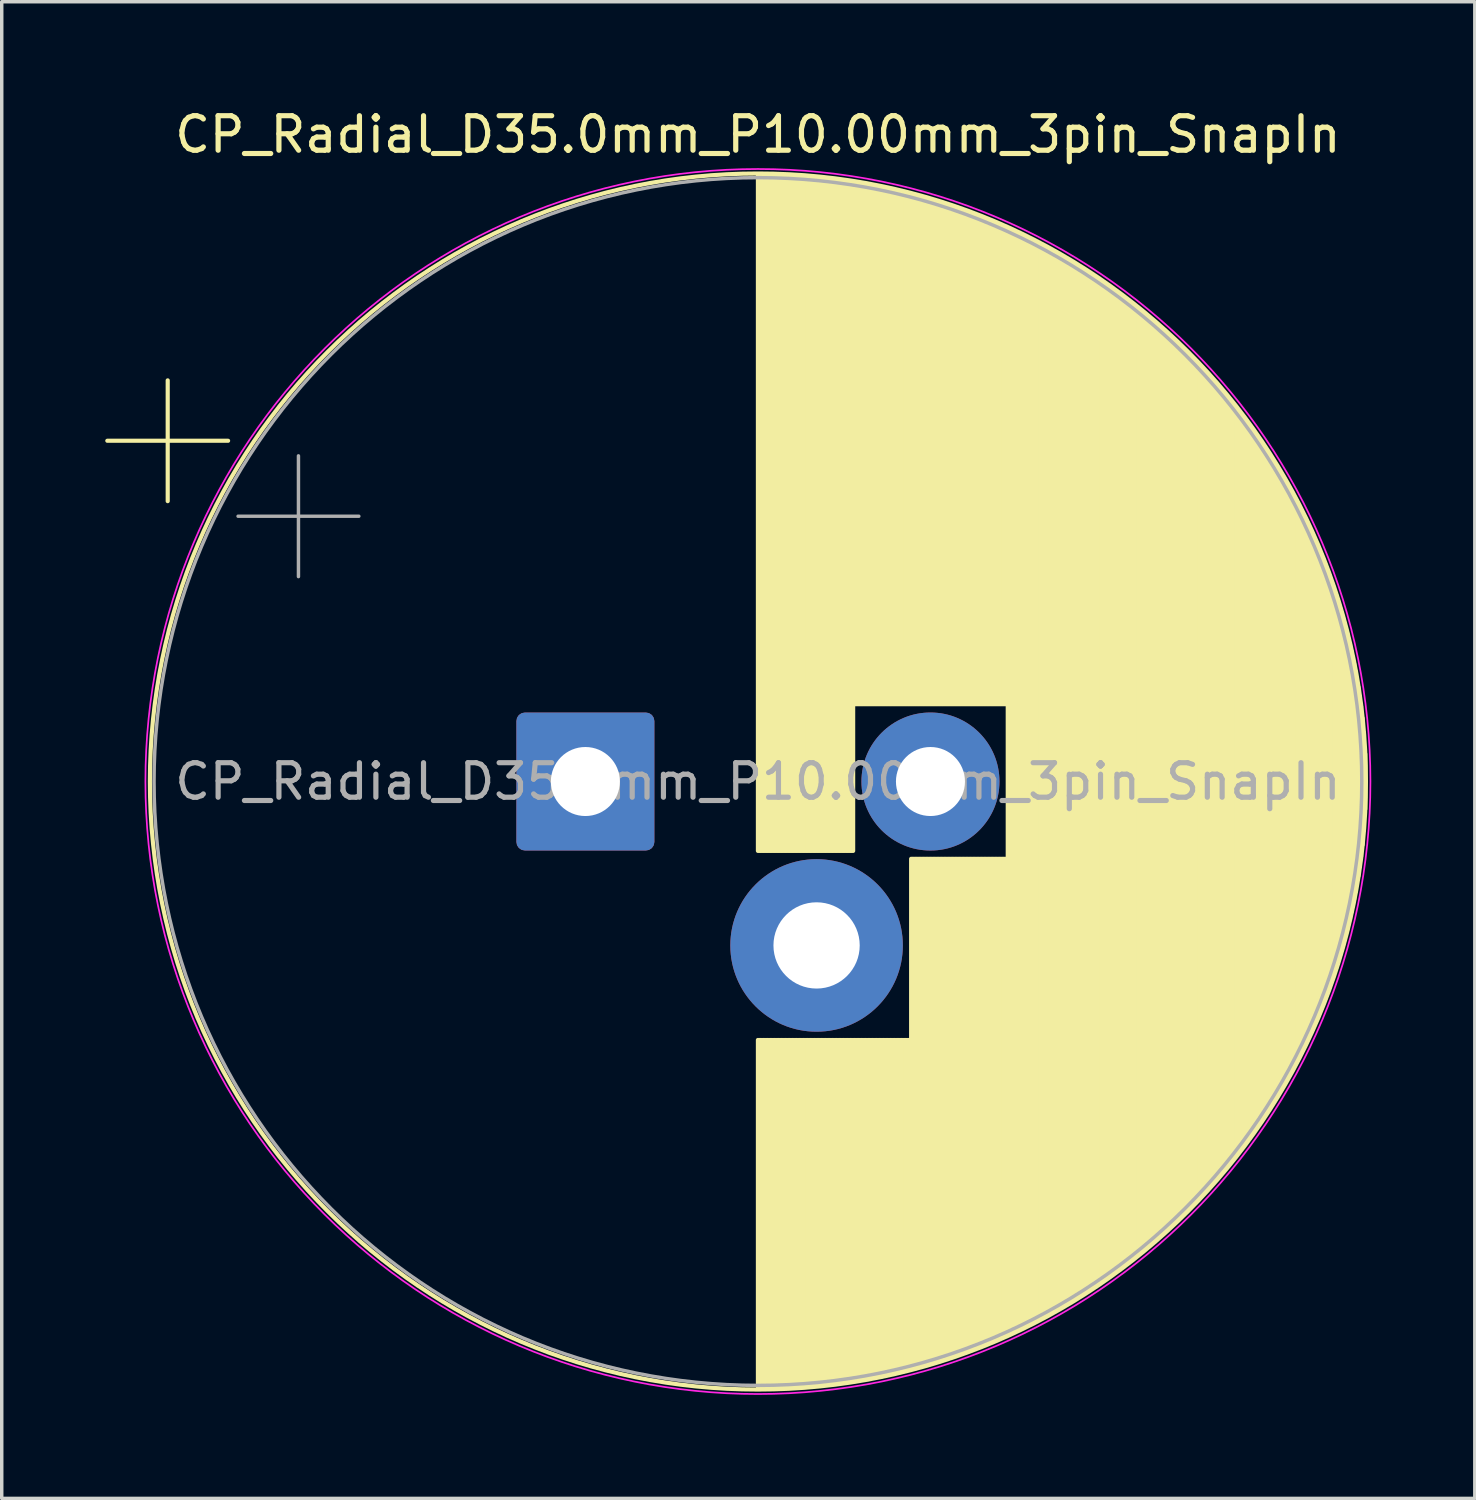
<source format=kicad_pcb>
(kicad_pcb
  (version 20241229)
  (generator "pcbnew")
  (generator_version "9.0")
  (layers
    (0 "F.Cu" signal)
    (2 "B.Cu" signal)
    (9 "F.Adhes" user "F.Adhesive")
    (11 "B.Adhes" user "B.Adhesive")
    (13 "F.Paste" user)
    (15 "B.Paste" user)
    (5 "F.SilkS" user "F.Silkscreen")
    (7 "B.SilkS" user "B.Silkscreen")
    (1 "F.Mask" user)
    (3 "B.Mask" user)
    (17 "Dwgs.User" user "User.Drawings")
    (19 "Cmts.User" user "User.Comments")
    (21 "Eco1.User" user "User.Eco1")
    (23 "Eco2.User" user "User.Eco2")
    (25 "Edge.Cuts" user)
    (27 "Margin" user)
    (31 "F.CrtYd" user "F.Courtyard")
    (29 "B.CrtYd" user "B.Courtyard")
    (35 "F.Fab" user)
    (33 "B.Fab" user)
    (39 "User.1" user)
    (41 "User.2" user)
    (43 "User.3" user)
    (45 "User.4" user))
  (footprint "CP_Radial_D35.0mm_P10.00mm_3pin_SnapIn"
    (layer "F.Cu")
    (at 13.914 19.598)
    (property "Reference" "CP_Radial_D35.0mm_P10.00mm_3pin_SnapIn" (at 5 -18.75 0) (layer "F.SilkS") (effects (font (size 1 1) (thickness 0.15))))
    (attr through_hole)
    (fp_line (start -13.854 -9.875) (end -10.354 -9.875) (stroke (width 0.12) (type solid)) (layer "F.SilkS"))
    (fp_line (start -12.104 -11.625) (end -12.104 -8.125) (stroke (width 0.12) (type solid)) (layer "F.SilkS"))
    (fp_line (start 5 -17.58) (end 5 2.01) (stroke (width 0.12) (type solid)) (layer "F.SilkS"))
    (fp_line (start 5 7.49) (end 5 17.58) (stroke (width 0.12) (type solid)) (layer "F.SilkS"))
    (fp_line (start 5.04 -17.58) (end 5.04 2.01) (stroke (width 0.12) (type solid)) (layer "F.SilkS"))
    (fp_line (start 5.04 7.49) (end 5.04 17.58) (stroke (width 0.12) (type solid)) (layer "F.SilkS"))
    (fp_line (start 5.08 -17.58) (end 5.08 2.01) (stroke (width 0.12) (type solid)) (layer "F.SilkS"))
    (fp_line (start 5.08 7.49) (end 5.08 17.58) (stroke (width 0.12) (type solid)) (layer "F.SilkS"))
    (fp_line (start 5.12 -17.58) (end 5.12 2.01) (stroke (width 0.12) (type solid)) (layer "F.SilkS"))
    (fp_line (start 5.12 7.49) (end 5.12 17.58) (stroke (width 0.12) (type solid)) (layer "F.SilkS"))
    (fp_line (start 5.16 -17.579) (end 5.16 2.01) (stroke (width 0.12) (type solid)) (layer "F.SilkS"))
    (fp_line (start 5.16 7.49) (end 5.16 17.579) (stroke (width 0.12) (type solid)) (layer "F.SilkS"))
    (fp_line (start 5.2 -17.579) (end 5.2 2.01) (stroke (width 0.12) (type solid)) (layer "F.SilkS"))
    (fp_line (start 5.2 7.49) (end 5.2 17.579) (stroke (width 0.12) (type solid)) (layer "F.SilkS"))
    (fp_line (start 5.24 -17.578) (end 5.24 2.01) (stroke (width 0.12) (type solid)) (layer "F.SilkS"))
    (fp_line (start 5.24 7.49) (end 5.24 17.578) (stroke (width 0.12) (type solid)) (layer "F.SilkS"))
    (fp_line (start 5.28 -17.578) (end 5.28 2.01) (stroke (width 0.12) (type solid)) (layer "F.SilkS"))
    (fp_line (start 5.28 7.49) (end 5.28 17.578) (stroke (width 0.12) (type solid)) (layer "F.SilkS"))
    (fp_line (start 5.32 -17.577) (end 5.32 2.01) (stroke (width 0.12) (type solid)) (layer "F.SilkS"))
    (fp_line (start 5.32 7.49) (end 5.32 17.577) (stroke (width 0.12) (type solid)) (layer "F.SilkS"))
    (fp_line (start 5.36 -17.576) (end 5.36 2.01) (stroke (width 0.12) (type solid)) (layer "F.SilkS"))
    (fp_line (start 5.36 7.49) (end 5.36 17.576) (stroke (width 0.12) (type solid)) (layer "F.SilkS"))
    (fp_line (start 5.4 -17.575) (end 5.4 2.01) (stroke (width 0.12) (type solid)) (layer "F.SilkS"))
    (fp_line (start 5.4 7.49) (end 5.4 17.575) (stroke (width 0.12) (type solid)) (layer "F.SilkS"))
    (fp_line (start 5.44 -17.575) (end 5.44 2.01) (stroke (width 0.12) (type solid)) (layer "F.SilkS"))
    (fp_line (start 5.44 7.49) (end 5.44 17.575) (stroke (width 0.12) (type solid)) (layer "F.SilkS"))
    (fp_line (start 5.48 -17.573) (end 5.48 2.01) (stroke (width 0.12) (type solid)) (layer "F.SilkS"))
    (fp_line (start 5.48 7.49) (end 5.48 17.573) (stroke (width 0.12) (type solid)) (layer "F.SilkS"))
    (fp_line (start 5.52 -17.572) (end 5.52 2.01) (stroke (width 0.12) (type solid)) (layer "F.SilkS"))
    (fp_line (start 5.52 7.49) (end 5.52 17.572) (stroke (width 0.12) (type solid)) (layer "F.SilkS"))
    (fp_line (start 5.56 -17.571) (end 5.56 2.01) (stroke (width 0.12) (type solid)) (layer "F.SilkS"))
    (fp_line (start 5.56 7.49) (end 5.56 17.571) (stroke (width 0.12) (type solid)) (layer "F.SilkS"))
    (fp_line (start 5.6 -17.57) (end 5.6 2.01) (stroke (width 0.12) (type solid)) (layer "F.SilkS"))
    (fp_line (start 5.6 7.49) (end 5.6 17.57) (stroke (width 0.12) (type solid)) (layer "F.SilkS"))
    (fp_line (start 5.64 -17.568) (end 5.64 2.01) (stroke (width 0.12) (type solid)) (layer "F.SilkS"))
    (fp_line (start 5.64 7.49) (end 5.64 17.568) (stroke (width 0.12) (type solid)) (layer "F.SilkS"))
    (fp_line (start 5.68 -17.567) (end 5.68 2.01) (stroke (width 0.12) (type solid)) (layer "F.SilkS"))
    (fp_line (start 5.68 7.49) (end 5.68 17.567) (stroke (width 0.12) (type solid)) (layer "F.SilkS"))
    (fp_line (start 5.72 -17.565) (end 5.72 2.01) (stroke (width 0.12) (type solid)) (layer "F.SilkS"))
    (fp_line (start 5.72 7.49) (end 5.72 17.565) (stroke (width 0.12) (type solid)) (layer "F.SilkS"))
    (fp_line (start 5.76 -17.564) (end 5.76 2.01) (stroke (width 0.12) (type solid)) (layer "F.SilkS"))
    (fp_line (start 5.76 7.49) (end 5.76 17.564) (stroke (width 0.12) (type solid)) (layer "F.SilkS"))
    (fp_line (start 5.8 -17.562) (end 5.8 2.01) (stroke (width 0.12) (type solid)) (layer "F.SilkS"))
    (fp_line (start 5.8 7.49) (end 5.8 17.562) (stroke (width 0.12) (type solid)) (layer "F.SilkS"))
    (fp_line (start 5.84 -17.56) (end 5.84 2.01) (stroke (width 0.12) (type solid)) (layer "F.SilkS"))
    (fp_line (start 5.84 7.49) (end 5.84 17.56) (stroke (width 0.12) (type solid)) (layer "F.SilkS"))
    (fp_line (start 5.88 -17.558) (end 5.88 2.01) (stroke (width 0.12) (type solid)) (layer "F.SilkS"))
    (fp_line (start 5.88 7.49) (end 5.88 17.558) (stroke (width 0.12) (type solid)) (layer "F.SilkS"))
    (fp_line (start 5.92 -17.556) (end 5.92 2.01) (stroke (width 0.12) (type solid)) (layer "F.SilkS"))
    (fp_line (start 5.92 7.49) (end 5.92 17.556) (stroke (width 0.12) (type solid)) (layer "F.SilkS"))
    (fp_line (start 5.96 -17.554) (end 5.96 2.01) (stroke (width 0.12) (type solid)) (layer "F.SilkS"))
    (fp_line (start 5.96 7.49) (end 5.96 17.554) (stroke (width 0.12) (type solid)) (layer "F.SilkS"))
    (fp_line (start 6 -17.552) (end 6 2.01) (stroke (width 0.12) (type solid)) (layer "F.SilkS"))
    (fp_line (start 6 7.49) (end 6 17.552) (stroke (width 0.12) (type solid)) (layer "F.SilkS"))
    (fp_line (start 6.04 -17.549) (end 6.04 2.01) (stroke (width 0.12) (type solid)) (layer "F.SilkS"))
    (fp_line (start 6.04 7.49) (end 6.04 17.549) (stroke (width 0.12) (type solid)) (layer "F.SilkS"))
    (fp_line (start 6.08 -17.547) (end 6.08 2.01) (stroke (width 0.12) (type solid)) (layer "F.SilkS"))
    (fp_line (start 6.08 7.49) (end 6.08 17.547) (stroke (width 0.12) (type solid)) (layer "F.SilkS"))
    (fp_line (start 6.12 -17.544) (end 6.12 2.01) (stroke (width 0.12) (type solid)) (layer "F.SilkS"))
    (fp_line (start 6.12 7.49) (end 6.12 17.544) (stroke (width 0.12) (type solid)) (layer "F.SilkS"))
    (fp_line (start 6.16 -17.542) (end 6.16 2.01) (stroke (width 0.12) (type solid)) (layer "F.SilkS"))
    (fp_line (start 6.16 7.49) (end 6.16 17.542) (stroke (width 0.12) (type solid)) (layer "F.SilkS"))
    (fp_line (start 6.2 -17.539) (end 6.2 2.01) (stroke (width 0.12) (type solid)) (layer "F.SilkS"))
    (fp_line (start 6.2 7.49) (end 6.2 17.539) (stroke (width 0.12) (type solid)) (layer "F.SilkS"))
    (fp_line (start 6.24 -17.536) (end 6.24 2.01) (stroke (width 0.12) (type solid)) (layer "F.SilkS"))
    (fp_line (start 6.24 7.49) (end 6.24 17.536) (stroke (width 0.12) (type solid)) (layer "F.SilkS"))
    (fp_line (start 6.28 -17.533) (end 6.28 2.01) (stroke (width 0.12) (type solid)) (layer "F.SilkS"))
    (fp_line (start 6.28 7.49) (end 6.28 17.533) (stroke (width 0.12) (type solid)) (layer "F.SilkS"))
    (fp_line (start 6.32 -17.53) (end 6.32 2.01) (stroke (width 0.12) (type solid)) (layer "F.SilkS"))
    (fp_line (start 6.32 7.49) (end 6.32 17.53) (stroke (width 0.12) (type solid)) (layer "F.SilkS"))
    (fp_line (start 6.36 -17.527) (end 6.36 2.01) (stroke (width 0.12) (type solid)) (layer "F.SilkS"))
    (fp_line (start 6.36 7.49) (end 6.36 17.527) (stroke (width 0.12) (type solid)) (layer "F.SilkS"))
    (fp_line (start 6.4 -17.524) (end 6.4 2.01) (stroke (width 0.12) (type solid)) (layer "F.SilkS"))
    (fp_line (start 6.4 7.49) (end 6.4 17.524) (stroke (width 0.12) (type solid)) (layer "F.SilkS"))
    (fp_line (start 6.44 -17.521) (end 6.44 2.01) (stroke (width 0.12) (type solid)) (layer "F.SilkS"))
    (fp_line (start 6.44 7.49) (end 6.44 17.521) (stroke (width 0.12) (type solid)) (layer "F.SilkS"))
    (fp_line (start 6.48 -17.518) (end 6.48 2.01) (stroke (width 0.12) (type solid)) (layer "F.SilkS"))
    (fp_line (start 6.48 7.49) (end 6.48 17.518) (stroke (width 0.12) (type solid)) (layer "F.SilkS"))
    (fp_line (start 6.52 -17.514) (end 6.52 2.01) (stroke (width 0.12) (type solid)) (layer "F.SilkS"))
    (fp_line (start 6.52 7.49) (end 6.52 17.514) (stroke (width 0.12) (type solid)) (layer "F.SilkS"))
    (fp_line (start 6.56 -17.511) (end 6.56 2.01) (stroke (width 0.12) (type solid)) (layer "F.SilkS"))
    (fp_line (start 6.56 7.49) (end 6.56 17.511) (stroke (width 0.12) (type solid)) (layer "F.SilkS"))
    (fp_line (start 6.6 -17.507) (end 6.6 2.01) (stroke (width 0.12) (type solid)) (layer "F.SilkS"))
    (fp_line (start 6.6 7.49) (end 6.6 17.507) (stroke (width 0.12) (type solid)) (layer "F.SilkS"))
    (fp_line (start 6.64 -17.504) (end 6.64 2.01) (stroke (width 0.12) (type solid)) (layer "F.SilkS"))
    (fp_line (start 6.64 7.49) (end 6.64 17.504) (stroke (width 0.12) (type solid)) (layer "F.SilkS"))
    (fp_line (start 6.68 -17.5) (end 6.68 2.01) (stroke (width 0.12) (type solid)) (layer "F.SilkS"))
    (fp_line (start 6.68 7.49) (end 6.68 17.5) (stroke (width 0.12) (type solid)) (layer "F.SilkS"))
    (fp_line (start 6.72 -17.496) (end 6.72 2.01) (stroke (width 0.12) (type solid)) (layer "F.SilkS"))
    (fp_line (start 6.72 7.49) (end 6.72 17.496) (stroke (width 0.12) (type solid)) (layer "F.SilkS"))
    (fp_line (start 6.76 -17.492) (end 6.76 2.01) (stroke (width 0.12) (type solid)) (layer "F.SilkS"))
    (fp_line (start 6.76 7.49) (end 6.76 17.492) (stroke (width 0.12) (type solid)) (layer "F.SilkS"))
    (fp_line (start 6.8 -17.488) (end 6.8 2.01) (stroke (width 0.12) (type solid)) (layer "F.SilkS"))
    (fp_line (start 6.8 7.49) (end 6.8 17.488) (stroke (width 0.12) (type solid)) (layer "F.SilkS"))
    (fp_line (start 6.84 -17.484) (end 6.84 2.01) (stroke (width 0.12) (type solid)) (layer "F.SilkS"))
    (fp_line (start 6.84 7.49) (end 6.84 17.484) (stroke (width 0.12) (type solid)) (layer "F.SilkS"))
    (fp_line (start 6.88 -17.479) (end 6.88 2.01) (stroke (width 0.12) (type solid)) (layer "F.SilkS"))
    (fp_line (start 6.88 7.49) (end 6.88 17.479) (stroke (width 0.12) (type solid)) (layer "F.SilkS"))
    (fp_line (start 6.92 -17.475) (end 6.92 2.01) (stroke (width 0.12) (type solid)) (layer "F.SilkS"))
    (fp_line (start 6.92 7.49) (end 6.92 17.475) (stroke (width 0.12) (type solid)) (layer "F.SilkS"))
    (fp_line (start 6.96 -17.471) (end 6.96 2.01) (stroke (width 0.12) (type solid)) (layer "F.SilkS"))
    (fp_line (start 6.96 7.49) (end 6.96 17.471) (stroke (width 0.12) (type solid)) (layer "F.SilkS"))
    (fp_line (start 7 -17.466) (end 7 2.01) (stroke (width 0.12) (type solid)) (layer "F.SilkS"))
    (fp_line (start 7 7.49) (end 7 17.466) (stroke (width 0.12) (type solid)) (layer "F.SilkS"))
    (fp_line (start 7.04 -17.462) (end 7.04 2.01) (stroke (width 0.12) (type solid)) (layer "F.SilkS"))
    (fp_line (start 7.04 7.49) (end 7.04 17.462) (stroke (width 0.12) (type solid)) (layer "F.SilkS"))
    (fp_line (start 7.08 -17.457) (end 7.08 2.01) (stroke (width 0.12) (type solid)) (layer "F.SilkS"))
    (fp_line (start 7.08 7.49) (end 7.08 17.457) (stroke (width 0.12) (type solid)) (layer "F.SilkS"))
    (fp_line (start 7.12 -17.452) (end 7.12 2.01) (stroke (width 0.12) (type solid)) (layer "F.SilkS"))
    (fp_line (start 7.12 7.49) (end 7.12 17.452) (stroke (width 0.12) (type solid)) (layer "F.SilkS"))
    (fp_line (start 7.16 -17.447) (end 7.16 2.01) (stroke (width 0.12) (type solid)) (layer "F.SilkS"))
    (fp_line (start 7.16 7.49) (end 7.16 17.447) (stroke (width 0.12) (type solid)) (layer "F.SilkS"))
    (fp_line (start 7.2 -17.442) (end 7.2 2.01) (stroke (width 0.12) (type solid)) (layer "F.SilkS"))
    (fp_line (start 7.2 7.49) (end 7.2 17.442) (stroke (width 0.12) (type solid)) (layer "F.SilkS"))
    (fp_line (start 7.24 -17.437) (end 7.24 2.01) (stroke (width 0.12) (type solid)) (layer "F.SilkS"))
    (fp_line (start 7.24 7.49) (end 7.24 17.437) (stroke (width 0.12) (type solid)) (layer "F.SilkS"))
    (fp_line (start 7.28 -17.432) (end 7.28 2.01) (stroke (width 0.12) (type solid)) (layer "F.SilkS"))
    (fp_line (start 7.28 7.49) (end 7.28 17.432) (stroke (width 0.12) (type solid)) (layer "F.SilkS"))
    (fp_line (start 7.32 -17.427) (end 7.32 2.01) (stroke (width 0.12) (type solid)) (layer "F.SilkS"))
    (fp_line (start 7.32 7.49) (end 7.32 17.427) (stroke (width 0.12) (type solid)) (layer "F.SilkS"))
    (fp_line (start 7.36 -17.421) (end 7.36 2.01) (stroke (width 0.12) (type solid)) (layer "F.SilkS"))
    (fp_line (start 7.36 7.49) (end 7.36 17.421) (stroke (width 0.12) (type solid)) (layer "F.SilkS"))
    (fp_line (start 7.4 -17.416) (end 7.4 2.01) (stroke (width 0.12) (type solid)) (layer "F.SilkS"))
    (fp_line (start 7.4 7.49) (end 7.4 17.416) (stroke (width 0.12) (type solid)) (layer "F.SilkS"))
    (fp_line (start 7.44 -17.41) (end 7.44 2.01) (stroke (width 0.12) (type solid)) (layer "F.SilkS"))
    (fp_line (start 7.44 7.49) (end 7.44 17.41) (stroke (width 0.12) (type solid)) (layer "F.SilkS"))
    (fp_line (start 7.48 -17.405) (end 7.48 2.01) (stroke (width 0.12) (type solid)) (layer "F.SilkS"))
    (fp_line (start 7.48 7.49) (end 7.48 17.405) (stroke (width 0.12) (type solid)) (layer "F.SilkS"))
    (fp_line (start 7.52 -17.399) (end 7.52 2.01) (stroke (width 0.12) (type solid)) (layer "F.SilkS"))
    (fp_line (start 7.52 7.49) (end 7.52 17.399) (stroke (width 0.12) (type solid)) (layer "F.SilkS"))
    (fp_line (start 7.56 -17.393) (end 7.56 2.01) (stroke (width 0.12) (type solid)) (layer "F.SilkS"))
    (fp_line (start 7.56 7.49) (end 7.56 17.393) (stroke (width 0.12) (type solid)) (layer "F.SilkS"))
    (fp_line (start 7.6 -17.387) (end 7.6 2.01) (stroke (width 0.12) (type solid)) (layer "F.SilkS"))
    (fp_line (start 7.6 7.49) (end 7.6 17.387) (stroke (width 0.12) (type solid)) (layer "F.SilkS"))
    (fp_line (start 7.64 -17.381) (end 7.64 2.01) (stroke (width 0.12) (type solid)) (layer "F.SilkS"))
    (fp_line (start 7.64 7.49) (end 7.64 17.381) (stroke (width 0.12) (type solid)) (layer "F.SilkS"))
    (fp_line (start 7.68 -17.375) (end 7.68 2.01) (stroke (width 0.12) (type solid)) (layer "F.SilkS"))
    (fp_line (start 7.68 7.49) (end 7.68 17.375) (stroke (width 0.12) (type solid)) (layer "F.SilkS"))
    (fp_line (start 7.72 -17.369) (end 7.72 2.01) (stroke (width 0.12) (type solid)) (layer "F.SilkS"))
    (fp_line (start 7.72 7.49) (end 7.72 17.369) (stroke (width 0.12) (type solid)) (layer "F.SilkS"))
    (fp_line (start 7.76 -17.362) (end 7.76 2.01) (stroke (width 0.12) (type solid)) (layer "F.SilkS"))
    (fp_line (start 7.76 7.49) (end 7.76 17.362) (stroke (width 0.12) (type solid)) (layer "F.SilkS"))
    (fp_line (start 7.8 -17.356) (end 7.8 -2.24) (stroke (width 0.12) (type solid)) (layer "F.SilkS"))
    (fp_line (start 7.8 7.49) (end 7.8 17.356) (stroke (width 0.12) (type solid)) (layer "F.SilkS"))
    (fp_line (start 7.84 -17.35) (end 7.84 -2.24) (stroke (width 0.12) (type solid)) (layer "F.SilkS"))
    (fp_line (start 7.84 7.49) (end 7.84 17.35) (stroke (width 0.12) (type solid)) (layer "F.SilkS"))
    (fp_line (start 7.88 -17.343) (end 7.88 -2.24) (stroke (width 0.12) (type solid)) (layer "F.SilkS"))
    (fp_line (start 7.88 7.49) (end 7.88 17.343) (stroke (width 0.12) (type solid)) (layer "F.SilkS"))
    (fp_line (start 7.92 -17.336) (end 7.92 -2.24) (stroke (width 0.12) (type solid)) (layer "F.SilkS"))
    (fp_line (start 7.92 7.49) (end 7.92 17.336) (stroke (width 0.12) (type solid)) (layer "F.SilkS"))
    (fp_line (start 7.96 -17.33) (end 7.96 -2.24) (stroke (width 0.12) (type solid)) (layer "F.SilkS"))
    (fp_line (start 7.96 7.49) (end 7.96 17.33) (stroke (width 0.12) (type solid)) (layer "F.SilkS"))
    (fp_line (start 8 -17.323) (end 8 -2.24) (stroke (width 0.12) (type solid)) (layer "F.SilkS"))
    (fp_line (start 8 7.49) (end 8 17.323) (stroke (width 0.12) (type solid)) (layer "F.SilkS"))
    (fp_line (start 8.04 -17.316) (end 8.04 -2.24) (stroke (width 0.12) (type solid)) (layer "F.SilkS"))
    (fp_line (start 8.04 7.49) (end 8.04 17.316) (stroke (width 0.12) (type solid)) (layer "F.SilkS"))
    (fp_line (start 8.08 -17.309) (end 8.08 -2.24) (stroke (width 0.12) (type solid)) (layer "F.SilkS"))
    (fp_line (start 8.08 7.49) (end 8.08 17.309) (stroke (width 0.12) (type solid)) (layer "F.SilkS"))
    (fp_line (start 8.12 -17.302) (end 8.12 -2.24) (stroke (width 0.12) (type solid)) (layer "F.SilkS"))
    (fp_line (start 8.12 7.49) (end 8.12 17.302) (stroke (width 0.12) (type solid)) (layer "F.SilkS"))
    (fp_line (start 8.16 -17.294) (end 8.16 -2.24) (stroke (width 0.12) (type solid)) (layer "F.SilkS"))
    (fp_line (start 8.16 7.49) (end 8.16 17.294) (stroke (width 0.12) (type solid)) (layer "F.SilkS"))
    (fp_line (start 8.2 -17.287) (end 8.2 -2.24) (stroke (width 0.12) (type solid)) (layer "F.SilkS"))
    (fp_line (start 8.2 7.49) (end 8.2 17.287) (stroke (width 0.12) (type solid)) (layer "F.SilkS"))
    (fp_line (start 8.24 -17.28) (end 8.24 -2.24) (stroke (width 0.12) (type solid)) (layer "F.SilkS"))
    (fp_line (start 8.24 7.49) (end 8.24 17.28) (stroke (width 0.12) (type solid)) (layer "F.SilkS"))
    (fp_line (start 8.28 -17.272) (end 8.28 -2.24) (stroke (width 0.12) (type solid)) (layer "F.SilkS"))
    (fp_line (start 8.28 7.49) (end 8.28 17.272) (stroke (width 0.12) (type solid)) (layer "F.SilkS"))
    (fp_line (start 8.32 -17.264) (end 8.32 -2.24) (stroke (width 0.12) (type solid)) (layer "F.SilkS"))
    (fp_line (start 8.32 7.49) (end 8.32 17.264) (stroke (width 0.12) (type solid)) (layer "F.SilkS"))
    (fp_line (start 8.36 -17.257) (end 8.36 -2.24) (stroke (width 0.12) (type solid)) (layer "F.SilkS"))
    (fp_line (start 8.36 7.49) (end 8.36 17.257) (stroke (width 0.12) (type solid)) (layer "F.SilkS"))
    (fp_line (start 8.4 -17.249) (end 8.4 -2.24) (stroke (width 0.12) (type solid)) (layer "F.SilkS"))
    (fp_line (start 8.4 7.49) (end 8.4 17.249) (stroke (width 0.12) (type solid)) (layer "F.SilkS"))
    (fp_line (start 8.44 -17.241) (end 8.44 -2.24) (stroke (width 0.12) (type solid)) (layer "F.SilkS"))
    (fp_line (start 8.44 7.49) (end 8.44 17.241) (stroke (width 0.12) (type solid)) (layer "F.SilkS"))
    (fp_line (start 8.48 -17.233) (end 8.48 -2.24) (stroke (width 0.12) (type solid)) (layer "F.SilkS"))
    (fp_line (start 8.48 7.49) (end 8.48 17.233) (stroke (width 0.12) (type solid)) (layer "F.SilkS"))
    (fp_line (start 8.52 -17.225) (end 8.52 -2.24) (stroke (width 0.12) (type solid)) (layer "F.SilkS"))
    (fp_line (start 8.52 7.49) (end 8.52 17.225) (stroke (width 0.12) (type solid)) (layer "F.SilkS"))
    (fp_line (start 8.56 -17.217) (end 8.56 -2.24) (stroke (width 0.12) (type solid)) (layer "F.SilkS"))
    (fp_line (start 8.56 7.49) (end 8.56 17.217) (stroke (width 0.12) (type solid)) (layer "F.SilkS"))
    (fp_line (start 8.6 -17.208) (end 8.6 -2.24) (stroke (width 0.12) (type solid)) (layer "F.SilkS"))
    (fp_line (start 8.6 7.49) (end 8.6 17.208) (stroke (width 0.12) (type solid)) (layer "F.SilkS"))
    (fp_line (start 8.64 -17.2) (end 8.64 -2.24) (stroke (width 0.12) (type solid)) (layer "F.SilkS"))
    (fp_line (start 8.64 7.49) (end 8.64 17.2) (stroke (width 0.12) (type solid)) (layer "F.SilkS"))
    (fp_line (start 8.68 -17.191) (end 8.68 -2.24) (stroke (width 0.12) (type solid)) (layer "F.SilkS"))
    (fp_line (start 8.68 7.49) (end 8.68 17.191) (stroke (width 0.12) (type solid)) (layer "F.SilkS"))
    (fp_line (start 8.72 -17.183) (end 8.72 -2.24) (stroke (width 0.12) (type solid)) (layer "F.SilkS"))
    (fp_line (start 8.72 7.49) (end 8.72 17.183) (stroke (width 0.12) (type solid)) (layer "F.SilkS"))
    (fp_line (start 8.76 -17.174) (end 8.76 -2.24) (stroke (width 0.12) (type solid)) (layer "F.SilkS"))
    (fp_line (start 8.76 7.49) (end 8.76 17.174) (stroke (width 0.12) (type solid)) (layer "F.SilkS"))
    (fp_line (start 8.8 -17.165) (end 8.8 -2.24) (stroke (width 0.12) (type solid)) (layer "F.SilkS"))
    (fp_line (start 8.8 7.49) (end 8.8 17.165) (stroke (width 0.12) (type solid)) (layer "F.SilkS"))
    (fp_line (start 8.84 -17.156) (end 8.84 -2.24) (stroke (width 0.12) (type solid)) (layer "F.SilkS"))
    (fp_line (start 8.84 7.49) (end 8.84 17.156) (stroke (width 0.12) (type solid)) (layer "F.SilkS"))
    (fp_line (start 8.88 -17.147) (end 8.88 -2.24) (stroke (width 0.12) (type solid)) (layer "F.SilkS"))
    (fp_line (start 8.88 7.49) (end 8.88 17.147) (stroke (width 0.12) (type solid)) (layer "F.SilkS"))
    (fp_line (start 8.92 -17.138) (end 8.92 -2.24) (stroke (width 0.12) (type solid)) (layer "F.SilkS"))
    (fp_line (start 8.92 7.49) (end 8.92 17.138) (stroke (width 0.12) (type solid)) (layer "F.SilkS"))
    (fp_line (start 8.96 -17.129) (end 8.96 -2.24) (stroke (width 0.12) (type solid)) (layer "F.SilkS"))
    (fp_line (start 8.96 7.49) (end 8.96 17.129) (stroke (width 0.12) (type solid)) (layer "F.SilkS"))
    (fp_line (start 9 -17.12) (end 9 -2.24) (stroke (width 0.12) (type solid)) (layer "F.SilkS"))
    (fp_line (start 9 7.49) (end 9 17.12) (stroke (width 0.12) (type solid)) (layer "F.SilkS"))
    (fp_line (start 9.04 -17.111) (end 9.04 -2.24) (stroke (width 0.12) (type solid)) (layer "F.SilkS"))
    (fp_line (start 9.04 7.49) (end 9.04 17.111) (stroke (width 0.12) (type solid)) (layer "F.SilkS"))
    (fp_line (start 9.08 -17.101) (end 9.08 -2.24) (stroke (width 0.12) (type solid)) (layer "F.SilkS"))
    (fp_line (start 9.08 7.49) (end 9.08 17.101) (stroke (width 0.12) (type solid)) (layer "F.SilkS"))
    (fp_line (start 9.12 -17.092) (end 9.12 -2.24) (stroke (width 0.12) (type solid)) (layer "F.SilkS"))
    (fp_line (start 9.12 7.49) (end 9.12 17.092) (stroke (width 0.12) (type solid)) (layer "F.SilkS"))
    (fp_line (start 9.16 -17.082) (end 9.16 -2.24) (stroke (width 0.12) (type solid)) (layer "F.SilkS"))
    (fp_line (start 9.16 7.49) (end 9.16 17.082) (stroke (width 0.12) (type solid)) (layer "F.SilkS"))
    (fp_line (start 9.2 -17.072) (end 9.2 -2.24) (stroke (width 0.12) (type solid)) (layer "F.SilkS"))
    (fp_line (start 9.2 7.49) (end 9.2 17.072) (stroke (width 0.12) (type solid)) (layer "F.SilkS"))
    (fp_line (start 9.24 -17.062) (end 9.24 -2.24) (stroke (width 0.12) (type solid)) (layer "F.SilkS"))
    (fp_line (start 9.24 7.49) (end 9.24 17.062) (stroke (width 0.12) (type solid)) (layer "F.SilkS"))
    (fp_line (start 9.28 -17.052) (end 9.28 -2.24) (stroke (width 0.12) (type solid)) (layer "F.SilkS"))
    (fp_line (start 9.28 7.49) (end 9.28 17.052) (stroke (width 0.12) (type solid)) (layer "F.SilkS"))
    (fp_line (start 9.32 -17.042) (end 9.32 -2.24) (stroke (width 0.12) (type solid)) (layer "F.SilkS"))
    (fp_line (start 9.32 7.49) (end 9.32 17.042) (stroke (width 0.12) (type solid)) (layer "F.SilkS"))
    (fp_line (start 9.36 -17.032) (end 9.36 -2.24) (stroke (width 0.12) (type solid)) (layer "F.SilkS"))
    (fp_line (start 9.36 7.49) (end 9.36 17.032) (stroke (width 0.12) (type solid)) (layer "F.SilkS"))
    (fp_line (start 9.4 -17.022) (end 9.4 -2.24) (stroke (width 0.12) (type solid)) (layer "F.SilkS"))
    (fp_line (start 9.4 7.49) (end 9.4 17.022) (stroke (width 0.12) (type solid)) (layer "F.SilkS"))
    (fp_line (start 9.44 -17.011) (end 9.44 -2.24) (stroke (width 0.12) (type solid)) (layer "F.SilkS"))
    (fp_line (start 9.44 2.24) (end 9.44 17.011) (stroke (width 0.12) (type solid)) (layer "F.SilkS"))
    (fp_line (start 9.48 -17.001) (end 9.48 -2.24) (stroke (width 0.12) (type solid)) (layer "F.SilkS"))
    (fp_line (start 9.48 2.24) (end 9.48 17.001) (stroke (width 0.12) (type solid)) (layer "F.SilkS"))
    (fp_line (start 9.52 -16.99) (end 9.52 -2.24) (stroke (width 0.12) (type solid)) (layer "F.SilkS"))
    (fp_line (start 9.52 2.24) (end 9.52 16.99) (stroke (width 0.12) (type solid)) (layer "F.SilkS"))
    (fp_line (start 9.56 -16.98) (end 9.56 -2.24) (stroke (width 0.12) (type solid)) (layer "F.SilkS"))
    (fp_line (start 9.56 2.24) (end 9.56 16.98) (stroke (width 0.12) (type solid)) (layer "F.SilkS"))
    (fp_line (start 9.6 -16.969) (end 9.6 -2.24) (stroke (width 0.12) (type solid)) (layer "F.SilkS"))
    (fp_line (start 9.6 2.24) (end 9.6 16.969) (stroke (width 0.12) (type solid)) (layer "F.SilkS"))
    (fp_line (start 9.64 -16.958) (end 9.64 -2.24) (stroke (width 0.12) (type solid)) (layer "F.SilkS"))
    (fp_line (start 9.64 2.24) (end 9.64 16.958) (stroke (width 0.12) (type solid)) (layer "F.SilkS"))
    (fp_line (start 9.68 -16.947) (end 9.68 -2.24) (stroke (width 0.12) (type solid)) (layer "F.SilkS"))
    (fp_line (start 9.68 2.24) (end 9.68 16.947) (stroke (width 0.12) (type solid)) (layer "F.SilkS"))
    (fp_line (start 9.72 -16.936) (end 9.72 -2.24) (stroke (width 0.12) (type solid)) (layer "F.SilkS"))
    (fp_line (start 9.72 2.24) (end 9.72 16.936) (stroke (width 0.12) (type solid)) (layer "F.SilkS"))
    (fp_line (start 9.76 -16.925) (end 9.76 -2.24) (stroke (width 0.12) (type solid)) (layer "F.SilkS"))
    (fp_line (start 9.76 2.24) (end 9.76 16.925) (stroke (width 0.12) (type solid)) (layer "F.SilkS"))
    (fp_line (start 9.8 -16.914) (end 9.8 -2.24) (stroke (width 0.12) (type solid)) (layer "F.SilkS"))
    (fp_line (start 9.8 2.24) (end 9.8 16.914) (stroke (width 0.12) (type solid)) (layer "F.SilkS"))
    (fp_line (start 9.84 -16.902) (end 9.84 -2.24) (stroke (width 0.12) (type solid)) (layer "F.SilkS"))
    (fp_line (start 9.84 2.24) (end 9.84 16.902) (stroke (width 0.12) (type solid)) (layer "F.SilkS"))
    (fp_line (start 9.88 -16.891) (end 9.88 -2.24) (stroke (width 0.12) (type solid)) (layer "F.SilkS"))
    (fp_line (start 9.88 2.24) (end 9.88 16.891) (stroke (width 0.12) (type solid)) (layer "F.SilkS"))
    (fp_line (start 9.92 -16.879) (end 9.92 -2.24) (stroke (width 0.12) (type solid)) (layer "F.SilkS"))
    (fp_line (start 9.92 2.24) (end 9.92 16.879) (stroke (width 0.12) (type solid)) (layer "F.SilkS"))
    (fp_line (start 9.96 -16.867) (end 9.96 -2.24) (stroke (width 0.12) (type solid)) (layer "F.SilkS"))
    (fp_line (start 9.96 2.24) (end 9.96 16.867) (stroke (width 0.12) (type solid)) (layer "F.SilkS"))
    (fp_line (start 10 -16.856) (end 10 -2.24) (stroke (width 0.12) (type solid)) (layer "F.SilkS"))
    (fp_line (start 10 2.24) (end 10 16.856) (stroke (width 0.12) (type solid)) (layer "F.SilkS"))
    (fp_line (start 10.04 -16.844) (end 10.04 -2.24) (stroke (width 0.12) (type solid)) (layer "F.SilkS"))
    (fp_line (start 10.04 2.24) (end 10.04 16.844) (stroke (width 0.12) (type solid)) (layer "F.SilkS"))
    (fp_line (start 10.08 -16.832) (end 10.08 -2.24) (stroke (width 0.12) (type solid)) (layer "F.SilkS"))
    (fp_line (start 10.08 2.24) (end 10.08 16.832) (stroke (width 0.12) (type solid)) (layer "F.SilkS"))
    (fp_line (start 10.12 -16.82) (end 10.12 -2.24) (stroke (width 0.12) (type solid)) (layer "F.SilkS"))
    (fp_line (start 10.12 2.24) (end 10.12 16.82) (stroke (width 0.12) (type solid)) (layer "F.SilkS"))
    (fp_line (start 10.16 -16.808) (end 10.16 -2.24) (stroke (width 0.12) (type solid)) (layer "F.SilkS"))
    (fp_line (start 10.16 2.24) (end 10.16 16.808) (stroke (width 0.12) (type solid)) (layer "F.SilkS"))
    (fp_line (start 10.2 -16.795) (end 10.2 -2.24) (stroke (width 0.12) (type solid)) (layer "F.SilkS"))
    (fp_line (start 10.2 2.24) (end 10.2 16.795) (stroke (width 0.12) (type solid)) (layer "F.SilkS"))
    (fp_line (start 10.24 -16.783) (end 10.24 -2.24) (stroke (width 0.12) (type solid)) (layer "F.SilkS"))
    (fp_line (start 10.24 2.24) (end 10.24 16.783) (stroke (width 0.12) (type solid)) (layer "F.SilkS"))
    (fp_line (start 10.28 -16.77) (end 10.28 -2.24) (stroke (width 0.12) (type solid)) (layer "F.SilkS"))
    (fp_line (start 10.28 2.24) (end 10.28 16.77) (stroke (width 0.12) (type solid)) (layer "F.SilkS"))
    (fp_line (start 10.32 -16.758) (end 10.32 -2.24) (stroke (width 0.12) (type solid)) (layer "F.SilkS"))
    (fp_line (start 10.32 2.24) (end 10.32 16.758) (stroke (width 0.12) (type solid)) (layer "F.SilkS"))
    (fp_line (start 10.36 -16.745) (end 10.36 -2.24) (stroke (width 0.12) (type solid)) (layer "F.SilkS"))
    (fp_line (start 10.36 2.24) (end 10.36 16.745) (stroke (width 0.12) (type solid)) (layer "F.SilkS"))
    (fp_line (start 10.4 -16.732) (end 10.4 -2.24) (stroke (width 0.12) (type solid)) (layer "F.SilkS"))
    (fp_line (start 10.4 2.24) (end 10.4 16.732) (stroke (width 0.12) (type solid)) (layer "F.SilkS"))
    (fp_line (start 10.44 -16.719) (end 10.44 -2.24) (stroke (width 0.12) (type solid)) (layer "F.SilkS"))
    (fp_line (start 10.44 2.24) (end 10.44 16.719) (stroke (width 0.12) (type solid)) (layer "F.SilkS"))
    (fp_line (start 10.48 -16.706) (end 10.48 -2.24) (stroke (width 0.12) (type solid)) (layer "F.SilkS"))
    (fp_line (start 10.48 2.24) (end 10.48 16.706) (stroke (width 0.12) (type solid)) (layer "F.SilkS"))
    (fp_line (start 10.52 -16.693) (end 10.52 -2.24) (stroke (width 0.12) (type solid)) (layer "F.SilkS"))
    (fp_line (start 10.52 2.24) (end 10.52 16.693) (stroke (width 0.12) (type solid)) (layer "F.SilkS"))
    (fp_line (start 10.56 -16.68) (end 10.56 -2.24) (stroke (width 0.12) (type solid)) (layer "F.SilkS"))
    (fp_line (start 10.56 2.24) (end 10.56 16.68) (stroke (width 0.12) (type solid)) (layer "F.SilkS"))
    (fp_line (start 10.6 -16.666) (end 10.6 -2.24) (stroke (width 0.12) (type solid)) (layer "F.SilkS"))
    (fp_line (start 10.6 2.24) (end 10.6 16.666) (stroke (width 0.12) (type solid)) (layer "F.SilkS"))
    (fp_line (start 10.64 -16.653) (end 10.64 -2.24) (stroke (width 0.12) (type solid)) (layer "F.SilkS"))
    (fp_line (start 10.64 2.24) (end 10.64 16.653) (stroke (width 0.12) (type solid)) (layer "F.SilkS"))
    (fp_line (start 10.68 -16.639) (end 10.68 -2.24) (stroke (width 0.12) (type solid)) (layer "F.SilkS"))
    (fp_line (start 10.68 2.24) (end 10.68 16.639) (stroke (width 0.12) (type solid)) (layer "F.SilkS"))
    (fp_line (start 10.72 -16.626) (end 10.72 -2.24) (stroke (width 0.12) (type solid)) (layer "F.SilkS"))
    (fp_line (start 10.72 2.24) (end 10.72 16.626) (stroke (width 0.12) (type solid)) (layer "F.SilkS"))
    (fp_line (start 10.76 -16.612) (end 10.76 -2.24) (stroke (width 0.12) (type solid)) (layer "F.SilkS"))
    (fp_line (start 10.76 2.24) (end 10.76 16.612) (stroke (width 0.12) (type solid)) (layer "F.SilkS"))
    (fp_line (start 10.8 -16.598) (end 10.8 -2.24) (stroke (width 0.12) (type solid)) (layer "F.SilkS"))
    (fp_line (start 10.8 2.24) (end 10.8 16.598) (stroke (width 0.12) (type solid)) (layer "F.SilkS"))
    (fp_line (start 10.84 -16.584) (end 10.84 -2.24) (stroke (width 0.12) (type solid)) (layer "F.SilkS"))
    (fp_line (start 10.84 2.24) (end 10.84 16.584) (stroke (width 0.12) (type solid)) (layer "F.SilkS"))
    (fp_line (start 10.88 -16.57) (end 10.88 -2.24) (stroke (width 0.12) (type solid)) (layer "F.SilkS"))
    (fp_line (start 10.88 2.24) (end 10.88 16.57) (stroke (width 0.12) (type solid)) (layer "F.SilkS"))
    (fp_line (start 10.92 -16.556) (end 10.92 -2.24) (stroke (width 0.12) (type solid)) (layer "F.SilkS"))
    (fp_line (start 10.92 2.24) (end 10.92 16.556) (stroke (width 0.12) (type solid)) (layer "F.SilkS"))
    (fp_line (start 10.96 -16.541) (end 10.96 -2.24) (stroke (width 0.12) (type solid)) (layer "F.SilkS"))
    (fp_line (start 10.96 2.24) (end 10.96 16.541) (stroke (width 0.12) (type solid)) (layer "F.SilkS"))
    (fp_line (start 11 -16.527) (end 11 -2.24) (stroke (width 0.12) (type solid)) (layer "F.SilkS"))
    (fp_line (start 11 2.24) (end 11 16.527) (stroke (width 0.12) (type solid)) (layer "F.SilkS"))
    (fp_line (start 11.04 -16.512) (end 11.04 -2.24) (stroke (width 0.12) (type solid)) (layer "F.SilkS"))
    (fp_line (start 11.04 2.24) (end 11.04 16.512) (stroke (width 0.12) (type solid)) (layer "F.SilkS"))
    (fp_line (start 11.08 -16.498) (end 11.08 -2.24) (stroke (width 0.12) (type solid)) (layer "F.SilkS"))
    (fp_line (start 11.08 2.24) (end 11.08 16.498) (stroke (width 0.12) (type solid)) (layer "F.SilkS"))
    (fp_line (start 11.12 -16.483) (end 11.12 -2.24) (stroke (width 0.12) (type solid)) (layer "F.SilkS"))
    (fp_line (start 11.12 2.24) (end 11.12 16.483) (stroke (width 0.12) (type solid)) (layer "F.SilkS"))
    (fp_line (start 11.16 -16.468) (end 11.16 -2.24) (stroke (width 0.12) (type solid)) (layer "F.SilkS"))
    (fp_line (start 11.16 2.24) (end 11.16 16.468) (stroke (width 0.12) (type solid)) (layer "F.SilkS"))
    (fp_line (start 11.2 -16.453) (end 11.2 -2.24) (stroke (width 0.12) (type solid)) (layer "F.SilkS"))
    (fp_line (start 11.2 2.24) (end 11.2 16.453) (stroke (width 0.12) (type solid)) (layer "F.SilkS"))
    (fp_line (start 11.24 -16.438) (end 11.24 -2.24) (stroke (width 0.12) (type solid)) (layer "F.SilkS"))
    (fp_line (start 11.24 2.24) (end 11.24 16.438) (stroke (width 0.12) (type solid)) (layer "F.SilkS"))
    (fp_line (start 11.28 -16.423) (end 11.28 -2.24) (stroke (width 0.12) (type solid)) (layer "F.SilkS"))
    (fp_line (start 11.28 2.24) (end 11.28 16.423) (stroke (width 0.12) (type solid)) (layer "F.SilkS"))
    (fp_line (start 11.32 -16.408) (end 11.32 -2.24) (stroke (width 0.12) (type solid)) (layer "F.SilkS"))
    (fp_line (start 11.32 2.24) (end 11.32 16.408) (stroke (width 0.12) (type solid)) (layer "F.SilkS"))
    (fp_line (start 11.36 -16.392) (end 11.36 -2.24) (stroke (width 0.12) (type solid)) (layer "F.SilkS"))
    (fp_line (start 11.36 2.24) (end 11.36 16.392) (stroke (width 0.12) (type solid)) (layer "F.SilkS"))
    (fp_line (start 11.4 -16.377) (end 11.4 -2.24) (stroke (width 0.12) (type solid)) (layer "F.SilkS"))
    (fp_line (start 11.4 2.24) (end 11.4 16.377) (stroke (width 0.12) (type solid)) (layer "F.SilkS"))
    (fp_line (start 11.44 -16.361) (end 11.44 -2.24) (stroke (width 0.12) (type solid)) (layer "F.SilkS"))
    (fp_line (start 11.44 2.24) (end 11.44 16.361) (stroke (width 0.12) (type solid)) (layer "F.SilkS"))
    (fp_line (start 11.48 -16.345) (end 11.48 -2.24) (stroke (width 0.12) (type solid)) (layer "F.SilkS"))
    (fp_line (start 11.48 2.24) (end 11.48 16.345) (stroke (width 0.12) (type solid)) (layer "F.SilkS"))
    (fp_line (start 11.52 -16.329) (end 11.52 -2.24) (stroke (width 0.12) (type solid)) (layer "F.SilkS"))
    (fp_line (start 11.52 2.24) (end 11.52 16.329) (stroke (width 0.12) (type solid)) (layer "F.SilkS"))
    (fp_line (start 11.56 -16.313) (end 11.56 -2.24) (stroke (width 0.12) (type solid)) (layer "F.SilkS"))
    (fp_line (start 11.56 2.24) (end 11.56 16.313) (stroke (width 0.12) (type solid)) (layer "F.SilkS"))
    (fp_line (start 11.6 -16.297) (end 11.6 -2.24) (stroke (width 0.12) (type solid)) (layer "F.SilkS"))
    (fp_line (start 11.6 2.24) (end 11.6 16.297) (stroke (width 0.12) (type solid)) (layer "F.SilkS"))
    (fp_line (start 11.64 -16.281) (end 11.64 -2.24) (stroke (width 0.12) (type solid)) (layer "F.SilkS"))
    (fp_line (start 11.64 2.24) (end 11.64 16.281) (stroke (width 0.12) (type solid)) (layer "F.SilkS"))
    (fp_line (start 11.68 -16.265) (end 11.68 -2.24) (stroke (width 0.12) (type solid)) (layer "F.SilkS"))
    (fp_line (start 11.68 2.24) (end 11.68 16.265) (stroke (width 0.12) (type solid)) (layer "F.SilkS"))
    (fp_line (start 11.72 -16.248) (end 11.72 -2.24) (stroke (width 0.12) (type solid)) (layer "F.SilkS"))
    (fp_line (start 11.72 2.24) (end 11.72 16.248) (stroke (width 0.12) (type solid)) (layer "F.SilkS"))
    (fp_line (start 11.76 -16.232) (end 11.76 -2.24) (stroke (width 0.12) (type solid)) (layer "F.SilkS"))
    (fp_line (start 11.76 2.24) (end 11.76 16.232) (stroke (width 0.12) (type solid)) (layer "F.SilkS"))
    (fp_line (start 11.8 -16.215) (end 11.8 -2.24) (stroke (width 0.12) (type solid)) (layer "F.SilkS"))
    (fp_line (start 11.8 2.24) (end 11.8 16.215) (stroke (width 0.12) (type solid)) (layer "F.SilkS"))
    (fp_line (start 11.84 -16.198) (end 11.84 -2.24) (stroke (width 0.12) (type solid)) (layer "F.SilkS"))
    (fp_line (start 11.84 2.24) (end 11.84 16.198) (stroke (width 0.12) (type solid)) (layer "F.SilkS"))
    (fp_line (start 11.88 -16.181) (end 11.88 -2.24) (stroke (width 0.12) (type solid)) (layer "F.SilkS"))
    (fp_line (start 11.88 2.24) (end 11.88 16.181) (stroke (width 0.12) (type solid)) (layer "F.SilkS"))
    (fp_line (start 11.92 -16.164) (end 11.92 -2.24) (stroke (width 0.12) (type solid)) (layer "F.SilkS"))
    (fp_line (start 11.92 2.24) (end 11.92 16.164) (stroke (width 0.12) (type solid)) (layer "F.SilkS"))
    (fp_line (start 11.96 -16.147) (end 11.96 -2.24) (stroke (width 0.12) (type solid)) (layer "F.SilkS"))
    (fp_line (start 11.96 2.24) (end 11.96 16.147) (stroke (width 0.12) (type solid)) (layer "F.SilkS"))
    (fp_line (start 12 -16.13) (end 12 -2.24) (stroke (width 0.12) (type solid)) (layer "F.SilkS"))
    (fp_line (start 12 2.24) (end 12 16.13) (stroke (width 0.12) (type solid)) (layer "F.SilkS"))
    (fp_line (start 12.04 -16.112) (end 12.04 -2.24) (stroke (width 0.12) (type solid)) (layer "F.SilkS"))
    (fp_line (start 12.04 2.24) (end 12.04 16.112) (stroke (width 0.12) (type solid)) (layer "F.SilkS"))
    (fp_line (start 12.08 -16.095) (end 12.08 -2.24) (stroke (width 0.12) (type solid)) (layer "F.SilkS"))
    (fp_line (start 12.08 2.24) (end 12.08 16.095) (stroke (width 0.12) (type solid)) (layer "F.SilkS"))
    (fp_line (start 12.12 -16.077) (end 12.12 -2.24) (stroke (width 0.12) (type solid)) (layer "F.SilkS"))
    (fp_line (start 12.12 2.24) (end 12.12 16.077) (stroke (width 0.12) (type solid)) (layer "F.SilkS"))
    (fp_line (start 12.16 -16.06) (end 12.16 -2.24) (stroke (width 0.12) (type solid)) (layer "F.SilkS"))
    (fp_line (start 12.16 2.24) (end 12.16 16.06) (stroke (width 0.12) (type solid)) (layer "F.SilkS"))
    (fp_line (start 12.2 -16.042) (end 12.2 -2.24) (stroke (width 0.12) (type solid)) (layer "F.SilkS"))
    (fp_line (start 12.2 2.24) (end 12.2 16.042) (stroke (width 0.12) (type solid)) (layer "F.SilkS"))
    (fp_line (start 12.24 -16.024) (end 12.24 16.024) (stroke (width 0.12) (type solid)) (layer "F.SilkS"))
    (fp_line (start 12.28 -16.006) (end 12.28 16.006) (stroke (width 0.12) (type solid)) (layer "F.SilkS"))
    (fp_line (start 12.32 -15.988) (end 12.32 15.988) (stroke (width 0.12) (type solid)) (layer "F.SilkS"))
    (fp_line (start 12.36 -15.969) (end 12.36 15.969) (stroke (width 0.12) (type solid)) (layer "F.SilkS"))
    (fp_line (start 12.4 -15.951) (end 12.4 15.951) (stroke (width 0.12) (type solid)) (layer "F.SilkS"))
    (fp_line (start 12.44 -15.932) (end 12.44 15.932) (stroke (width 0.12) (type solid)) (layer "F.SilkS"))
    (fp_line (start 12.48 -15.913) (end 12.48 15.913) (stroke (width 0.12) (type solid)) (layer "F.SilkS"))
    (fp_line (start 12.52 -15.895) (end 12.52 15.895) (stroke (width 0.12) (type solid)) (layer "F.SilkS"))
    (fp_line (start 12.56 -15.876) (end 12.56 15.876) (stroke (width 0.12) (type solid)) (layer "F.SilkS"))
    (fp_line (start 12.6 -15.857) (end 12.6 15.857) (stroke (width 0.12) (type solid)) (layer "F.SilkS"))
    (fp_line (start 12.64 -15.837) (end 12.64 15.837) (stroke (width 0.12) (type solid)) (layer "F.SilkS"))
    (fp_line (start 12.68 -15.818) (end 12.68 15.818) (stroke (width 0.12) (type solid)) (layer "F.SilkS"))
    (fp_line (start 12.72 -15.799) (end 12.72 15.799) (stroke (width 0.12) (type solid)) (layer "F.SilkS"))
    (fp_line (start 12.76 -15.779) (end 12.76 15.779) (stroke (width 0.12) (type solid)) (layer "F.SilkS"))
    (fp_line (start 12.8 -15.76) (end 12.8 15.76) (stroke (width 0.12) (type solid)) (layer "F.SilkS"))
    (fp_line (start 12.84 -15.74) (end 12.84 15.74) (stroke (width 0.12) (type solid)) (layer "F.SilkS"))
    (fp_line (start 12.88 -15.72) (end 12.88 15.72) (stroke (width 0.12) (type solid)) (layer "F.SilkS"))
    (fp_line (start 12.92 -15.7) (end 12.92 15.7) (stroke (width 0.12) (type solid)) (layer "F.SilkS"))
    (fp_line (start 12.96 -15.68) (end 12.96 15.68) (stroke (width 0.12) (type solid)) (layer "F.SilkS"))
    (fp_line (start 13 -15.659) (end 13 15.659) (stroke (width 0.12) (type solid)) (layer "F.SilkS"))
    (fp_line (start 13.04 -15.639) (end 13.04 15.639) (stroke (width 0.12) (type solid)) (layer "F.SilkS"))
    (fp_line (start 13.08 -15.618) (end 13.08 15.618) (stroke (width 0.12) (type solid)) (layer "F.SilkS"))
    (fp_line (start 13.12 -15.597) (end 13.12 15.597) (stroke (width 0.12) (type solid)) (layer "F.SilkS"))
    (fp_line (start 13.16 -15.577) (end 13.16 15.577) (stroke (width 0.12) (type solid)) (layer "F.SilkS"))
    (fp_line (start 13.2 -15.556) (end 13.2 15.556) (stroke (width 0.12) (type solid)) (layer "F.SilkS"))
    (fp_line (start 13.24 -15.535) (end 13.24 15.535) (stroke (width 0.12) (type solid)) (layer "F.SilkS"))
    (fp_line (start 13.28 -15.513) (end 13.28 15.513) (stroke (width 0.12) (type solid)) (layer "F.SilkS"))
    (fp_line (start 13.32 -15.492) (end 13.32 15.492) (stroke (width 0.12) (type solid)) (layer "F.SilkS"))
    (fp_line (start 13.36 -15.47) (end 13.36 15.47) (stroke (width 0.12) (type solid)) (layer "F.SilkS"))
    (fp_line (start 13.4 -15.449) (end 13.4 15.449) (stroke (width 0.12) (type solid)) (layer "F.SilkS"))
    (fp_line (start 13.44 -15.427) (end 13.44 15.427) (stroke (width 0.12) (type solid)) (layer "F.SilkS"))
    (fp_line (start 13.48 -15.405) (end 13.48 15.405) (stroke (width 0.12) (type solid)) (layer "F.SilkS"))
    (fp_line (start 13.52 -15.383) (end 13.52 15.383) (stroke (width 0.12) (type solid)) (layer "F.SilkS"))
    (fp_line (start 13.56 -15.361) (end 13.56 15.361) (stroke (width 0.12) (type solid)) (layer "F.SilkS"))
    (fp_line (start 13.6 -15.339) (end 13.6 15.339) (stroke (width 0.12) (type solid)) (layer "F.SilkS"))
    (fp_line (start 13.64 -15.316) (end 13.64 15.316) (stroke (width 0.12) (type solid)) (layer "F.SilkS"))
    (fp_line (start 13.68 -15.294) (end 13.68 15.294) (stroke (width 0.12) (type solid)) (layer "F.SilkS"))
    (fp_line (start 13.72 -15.271) (end 13.72 15.271) (stroke (width 0.12) (type solid)) (layer "F.SilkS"))
    (fp_line (start 13.76 -15.248) (end 13.76 15.248) (stroke (width 0.12) (type solid)) (layer "F.SilkS"))
    (fp_line (start 13.8 -15.225) (end 13.8 15.225) (stroke (width 0.12) (type solid)) (layer "F.SilkS"))
    (fp_line (start 13.84 -15.202) (end 13.84 15.202) (stroke (width 0.12) (type solid)) (layer "F.SilkS"))
    (fp_line (start 13.88 -15.179) (end 13.88 15.179) (stroke (width 0.12) (type solid)) (layer "F.SilkS"))
    (fp_line (start 13.92 -15.155) (end 13.92 15.155) (stroke (width 0.12) (type solid)) (layer "F.SilkS"))
    (fp_line (start 13.96 -15.132) (end 13.96 15.132) (stroke (width 0.12) (type solid)) (layer "F.SilkS"))
    (fp_line (start 14 -15.108) (end 14 15.108) (stroke (width 0.12) (type solid)) (layer "F.SilkS"))
    (fp_line (start 14.04 -15.084) (end 14.04 15.084) (stroke (width 0.12) (type solid)) (layer "F.SilkS"))
    (fp_line (start 14.08 -15.06) (end 14.08 15.06) (stroke (width 0.12) (type solid)) (layer "F.SilkS"))
    (fp_line (start 14.12 -15.036) (end 14.12 15.036) (stroke (width 0.12) (type solid)) (layer "F.SilkS"))
    (fp_line (start 14.16 -15.012) (end 14.16 15.012) (stroke (width 0.12) (type solid)) (layer "F.SilkS"))
    (fp_line (start 14.2 -14.987) (end 14.2 14.987) (stroke (width 0.12) (type solid)) (layer "F.SilkS"))
    (fp_line (start 14.24 -14.963) (end 14.24 14.963) (stroke (width 0.12) (type solid)) (layer "F.SilkS"))
    (fp_line (start 14.28 -14.938) (end 14.28 14.938) (stroke (width 0.12) (type solid)) (layer "F.SilkS"))
    (fp_line (start 14.32 -14.913) (end 14.32 14.913) (stroke (width 0.12) (type solid)) (layer "F.SilkS"))
    (fp_line (start 14.36 -14.888) (end 14.36 14.888) (stroke (width 0.12) (type solid)) (layer "F.SilkS"))
    (fp_line (start 14.4 -14.863) (end 14.4 14.863) (stroke (width 0.12) (type solid)) (layer "F.SilkS"))
    (fp_line (start 14.44 -14.838) (end 14.44 14.838) (stroke (width 0.12) (type solid)) (layer "F.SilkS"))
    (fp_line (start 14.48 -14.812) (end 14.48 14.812) (stroke (width 0.12) (type solid)) (layer "F.SilkS"))
    (fp_line (start 14.52 -14.787) (end 14.52 14.787) (stroke (width 0.12) (type solid)) (layer "F.SilkS"))
    (fp_line (start 14.56 -14.761) (end 14.56 14.761) (stroke (width 0.12) (type solid)) (layer "F.SilkS"))
    (fp_line (start 14.6 -14.735) (end 14.6 14.735) (stroke (width 0.12) (type solid)) (layer "F.SilkS"))
    (fp_line (start 14.64 -14.709) (end 14.64 14.709) (stroke (width 0.12) (type solid)) (layer "F.SilkS"))
    (fp_line (start 14.68 -14.683) (end 14.68 14.683) (stroke (width 0.12) (type solid)) (layer "F.SilkS"))
    (fp_line (start 14.72 -14.656) (end 14.72 14.656) (stroke (width 0.12) (type solid)) (layer "F.SilkS"))
    (fp_line (start 14.76 -14.63) (end 14.76 14.63) (stroke (width 0.12) (type solid)) (layer "F.SilkS"))
    (fp_line (start 14.8 -14.603) (end 14.8 14.603) (stroke (width 0.12) (type solid)) (layer "F.SilkS"))
    (fp_line (start 14.84 -14.576) (end 14.84 14.576) (stroke (width 0.12) (type solid)) (layer "F.SilkS"))
    (fp_line (start 14.88 -14.549) (end 14.88 14.549) (stroke (width 0.12) (type solid)) (layer "F.SilkS"))
    (fp_line (start 14.92 -14.522) (end 14.92 14.522) (stroke (width 0.12) (type solid)) (layer "F.SilkS"))
    (fp_line (start 14.96 -14.495) (end 14.96 14.495) (stroke (width 0.12) (type solid)) (layer "F.SilkS"))
    (fp_line (start 15 -14.467) (end 15 14.467) (stroke (width 0.12) (type solid)) (layer "F.SilkS"))
    (fp_line (start 15.04 -14.44) (end 15.04 14.44) (stroke (width 0.12) (type solid)) (layer "F.SilkS"))
    (fp_line (start 15.08 -14.412) (end 15.08 14.412) (stroke (width 0.12) (type solid)) (layer "F.SilkS"))
    (fp_line (start 15.12 -14.384) (end 15.12 14.384) (stroke (width 0.12) (type solid)) (layer "F.SilkS"))
    (fp_line (start 15.16 -14.356) (end 15.16 14.356) (stroke (width 0.12) (type solid)) (layer "F.SilkS"))
    (fp_line (start 15.2 -14.327) (end 15.2 14.327) (stroke (width 0.12) (type solid)) (layer "F.SilkS"))
    (fp_line (start 15.24 -14.299) (end 15.24 14.299) (stroke (width 0.12) (type solid)) (layer "F.SilkS"))
    (fp_line (start 15.28 -14.27) (end 15.28 14.27) (stroke (width 0.12) (type solid)) (layer "F.SilkS"))
    (fp_line (start 15.32 -14.242) (end 15.32 14.242) (stroke (width 0.12) (type solid)) (layer "F.SilkS"))
    (fp_line (start 15.36 -14.213) (end 15.36 14.213) (stroke (width 0.12) (type solid)) (layer "F.SilkS"))
    (fp_line (start 15.4 -14.183) (end 15.4 14.183) (stroke (width 0.12) (type solid)) (layer "F.SilkS"))
    (fp_line (start 15.44 -14.154) (end 15.44 14.154) (stroke (width 0.12) (type solid)) (layer "F.SilkS"))
    (fp_line (start 15.48 -14.125) (end 15.48 14.125) (stroke (width 0.12) (type solid)) (layer "F.SilkS"))
    (fp_line (start 15.52 -14.095) (end 15.52 14.095) (stroke (width 0.12) (type solid)) (layer "F.SilkS"))
    (fp_line (start 15.56 -14.065) (end 15.56 14.065) (stroke (width 0.12) (type solid)) (layer "F.SilkS"))
    (fp_line (start 15.6 -14.035) (end 15.6 14.035) (stroke (width 0.12) (type solid)) (layer "F.SilkS"))
    (fp_line (start 15.64 -14.005) (end 15.64 14.005) (stroke (width 0.12) (type solid)) (layer "F.SilkS"))
    (fp_line (start 15.68 -13.974) (end 15.68 13.974) (stroke (width 0.12) (type solid)) (layer "F.SilkS"))
    (fp_line (start 15.72 -13.944) (end 15.72 13.944) (stroke (width 0.12) (type solid)) (layer "F.SilkS"))
    (fp_line (start 15.76 -13.913) (end 15.76 13.913) (stroke (width 0.12) (type solid)) (layer "F.SilkS"))
    (fp_line (start 15.8 -13.882) (end 15.8 13.882) (stroke (width 0.12) (type solid)) (layer "F.SilkS"))
    (fp_line (start 15.84 -13.851) (end 15.84 13.851) (stroke (width 0.12) (type solid)) (layer "F.SilkS"))
    (fp_line (start 15.88 -13.82) (end 15.88 13.82) (stroke (width 0.12) (type solid)) (layer "F.SilkS"))
    (fp_line (start 15.92 -13.788) (end 15.92 13.788) (stroke (width 0.12) (type solid)) (layer "F.SilkS"))
    (fp_line (start 15.96 -13.756) (end 15.96 13.756) (stroke (width 0.12) (type solid)) (layer "F.SilkS"))
    (fp_line (start 16 -13.725) (end 16 13.725) (stroke (width 0.12) (type solid)) (layer "F.SilkS"))
    (fp_line (start 16.04 -13.693) (end 16.04 13.693) (stroke (width 0.12) (type solid)) (layer "F.SilkS"))
    (fp_line (start 16.08 -13.66) (end 16.08 13.66) (stroke (width 0.12) (type solid)) (layer "F.SilkS"))
    (fp_line (start 16.12 -13.628) (end 16.12 13.628) (stroke (width 0.12) (type solid)) (layer "F.SilkS"))
    (fp_line (start 16.16 -13.595) (end 16.16 13.595) (stroke (width 0.12) (type solid)) (layer "F.SilkS"))
    (fp_line (start 16.2 -13.562) (end 16.2 13.562) (stroke (width 0.12) (type solid)) (layer "F.SilkS"))
    (fp_line (start 16.24 -13.529) (end 16.24 13.529) (stroke (width 0.12) (type solid)) (layer "F.SilkS"))
    (fp_line (start 16.28 -13.496) (end 16.28 13.496) (stroke (width 0.12) (type solid)) (layer "F.SilkS"))
    (fp_line (start 16.32 -13.463) (end 16.32 13.463) (stroke (width 0.12) (type solid)) (layer "F.SilkS"))
    (fp_line (start 16.36 -13.429) (end 16.36 13.429) (stroke (width 0.12) (type solid)) (layer "F.SilkS"))
    (fp_line (start 16.4 -13.395) (end 16.4 13.395) (stroke (width 0.12) (type solid)) (layer "F.SilkS"))
    (fp_line (start 16.44 -13.361) (end 16.44 13.361) (stroke (width 0.12) (type solid)) (layer "F.SilkS"))
    (fp_line (start 16.48 -13.327) (end 16.48 13.327) (stroke (width 0.12) (type solid)) (layer "F.SilkS"))
    (fp_line (start 16.52 -13.292) (end 16.52 13.292) (stroke (width 0.12) (type solid)) (layer "F.SilkS"))
    (fp_line (start 16.56 -13.258) (end 16.56 13.258) (stroke (width 0.12) (type solid)) (layer "F.SilkS"))
    (fp_line (start 16.6 -13.223) (end 16.6 13.223) (stroke (width 0.12) (type solid)) (layer "F.SilkS"))
    (fp_line (start 16.64 -13.188) (end 16.64 13.188) (stroke (width 0.12) (type solid)) (layer "F.SilkS"))
    (fp_line (start 16.68 -13.152) (end 16.68 13.152) (stroke (width 0.12) (type solid)) (layer "F.SilkS"))
    (fp_line (start 16.72 -13.117) (end 16.72 13.117) (stroke (width 0.12) (type solid)) (layer "F.SilkS"))
    (fp_line (start 16.76 -13.081) (end 16.76 13.081) (stroke (width 0.12) (type solid)) (layer "F.SilkS"))
    (fp_line (start 16.8 -13.045) (end 16.8 13.045) (stroke (width 0.12) (type solid)) (layer "F.SilkS"))
    (fp_line (start 16.84 -13.009) (end 16.84 13.009) (stroke (width 0.12) (type solid)) (layer "F.SilkS"))
    (fp_line (start 16.88 -12.973) (end 16.88 12.973) (stroke (width 0.12) (type solid)) (layer "F.SilkS"))
    (fp_line (start 16.92 -12.936) (end 16.92 12.936) (stroke (width 0.12) (type solid)) (layer "F.SilkS"))
    (fp_line (start 16.96 -12.899) (end 16.96 12.899) (stroke (width 0.12) (type solid)) (layer "F.SilkS"))
    (fp_line (start 17 -12.862) (end 17 12.862) (stroke (width 0.12) (type solid)) (layer "F.SilkS"))
    (fp_line (start 17.04 -12.825) (end 17.04 12.825) (stroke (width 0.12) (type solid)) (layer "F.SilkS"))
    (fp_line (start 17.08 -12.787) (end 17.08 12.787) (stroke (width 0.12) (type solid)) (layer "F.SilkS"))
    (fp_line (start 17.12 -12.749) (end 17.12 12.749) (stroke (width 0.12) (type solid)) (layer "F.SilkS"))
    (fp_line (start 17.16 -12.711) (end 17.16 12.711) (stroke (width 0.12) (type solid)) (layer "F.SilkS"))
    (fp_line (start 17.2 -12.673) (end 17.2 12.673) (stroke (width 0.12) (type solid)) (layer "F.SilkS"))
    (fp_line (start 17.24 -12.635) (end 17.24 12.635) (stroke (width 0.12) (type solid)) (layer "F.SilkS"))
    (fp_line (start 17.28 -12.596) (end 17.28 12.596) (stroke (width 0.12) (type solid)) (layer "F.SilkS"))
    (fp_line (start 17.32 -12.557) (end 17.32 12.557) (stroke (width 0.12) (type solid)) (layer "F.SilkS"))
    (fp_line (start 17.36 -12.518) (end 17.36 12.518) (stroke (width 0.12) (type solid)) (layer "F.SilkS"))
    (fp_line (start 17.4 -12.478) (end 17.4 12.478) (stroke (width 0.12) (type solid)) (layer "F.SilkS"))
    (fp_line (start 17.44 -12.438) (end 17.44 12.438) (stroke (width 0.12) (type solid)) (layer "F.SilkS"))
    (fp_line (start 17.48 -12.398) (end 17.48 12.398) (stroke (width 0.12) (type solid)) (layer "F.SilkS"))
    (fp_line (start 17.52 -12.358) (end 17.52 12.358) (stroke (width 0.12) (type solid)) (layer "F.SilkS"))
    (fp_line (start 17.56 -12.318) (end 17.56 12.318) (stroke (width 0.12) (type solid)) (layer "F.SilkS"))
    (fp_line (start 17.6 -12.277) (end 17.6 12.277) (stroke (width 0.12) (type solid)) (layer "F.SilkS"))
    (fp_line (start 17.64 -12.236) (end 17.64 12.236) (stroke (width 0.12) (type solid)) (layer "F.SilkS"))
    (fp_line (start 17.68 -12.194) (end 17.68 12.194) (stroke (width 0.12) (type solid)) (layer "F.SilkS"))
    (fp_line (start 17.72 -12.153) (end 17.72 12.153) (stroke (width 0.12) (type solid)) (layer "F.SilkS"))
    (fp_line (start 17.76 -12.111) (end 17.76 12.111) (stroke (width 0.12) (type solid)) (layer "F.SilkS"))
    (fp_line (start 17.8 -12.069) (end 17.8 12.069) (stroke (width 0.12) (type solid)) (layer "F.SilkS"))
    (fp_line (start 17.84 -12.026) (end 17.84 12.026) (stroke (width 0.12) (type solid)) (layer "F.SilkS"))
    (fp_line (start 17.88 -11.984) (end 17.88 11.984) (stroke (width 0.12) (type solid)) (layer "F.SilkS"))
    (fp_line (start 17.92 -11.941) (end 17.92 11.941) (stroke (width 0.12) (type solid)) (layer "F.SilkS"))
    (fp_line (start 17.96 -11.897) (end 17.96 11.897) (stroke (width 0.12) (type solid)) (layer "F.SilkS"))
    (fp_line (start 18 -11.854) (end 18 11.854) (stroke (width 0.12) (type solid)) (layer "F.SilkS"))
    (fp_line (start 18.04 -11.81) (end 18.04 11.81) (stroke (width 0.12) (type solid)) (layer "F.SilkS"))
    (fp_line (start 18.08 -11.766) (end 18.08 11.766) (stroke (width 0.12) (type solid)) (layer "F.SilkS"))
    (fp_line (start 18.12 -11.721) (end 18.12 11.721) (stroke (width 0.12) (type solid)) (layer "F.SilkS"))
    (fp_line (start 18.16 -11.677) (end 18.16 11.677) (stroke (width 0.12) (type solid)) (layer "F.SilkS"))
    (fp_line (start 18.2 -11.632) (end 18.2 11.632) (stroke (width 0.12) (type solid)) (layer "F.SilkS"))
    (fp_line (start 18.24 -11.586) (end 18.24 11.586) (stroke (width 0.12) (type solid)) (layer "F.SilkS"))
    (fp_line (start 18.28 -11.54) (end 18.28 11.54) (stroke (width 0.12) (type solid)) (layer "F.SilkS"))
    (fp_line (start 18.32 -11.494) (end 18.32 11.494) (stroke (width 0.12) (type solid)) (layer "F.SilkS"))
    (fp_line (start 18.36 -11.448) (end 18.36 11.448) (stroke (width 0.12) (type solid)) (layer "F.SilkS"))
    (fp_line (start 18.4 -11.401) (end 18.4 11.401) (stroke (width 0.12) (type solid)) (layer "F.SilkS"))
    (fp_line (start 18.44 -11.354) (end 18.44 11.354) (stroke (width 0.12) (type solid)) (layer "F.SilkS"))
    (fp_line (start 18.48 -11.307) (end 18.48 11.307) (stroke (width 0.12) (type solid)) (layer "F.SilkS"))
    (fp_line (start 18.52 -11.259) (end 18.52 11.259) (stroke (width 0.12) (type solid)) (layer "F.SilkS"))
    (fp_line (start 18.56 -11.211) (end 18.56 11.211) (stroke (width 0.12) (type solid)) (layer "F.SilkS"))
    (fp_line (start 18.6 -11.163) (end 18.6 11.163) (stroke (width 0.12) (type solid)) (layer "F.SilkS"))
    (fp_line (start 18.64 -11.114) (end 18.64 11.114) (stroke (width 0.12) (type solid)) (layer "F.SilkS"))
    (fp_line (start 18.68 -11.065) (end 18.68 11.065) (stroke (width 0.12) (type solid)) (layer "F.SilkS"))
    (fp_line (start 18.72 -11.016) (end 18.72 11.016) (stroke (width 0.12) (type solid)) (layer "F.SilkS"))
    (fp_line (start 18.76 -10.966) (end 18.76 10.966) (stroke (width 0.12) (type solid)) (layer "F.SilkS"))
    (fp_line (start 18.8 -10.916) (end 18.8 10.916) (stroke (width 0.12) (type solid)) (layer "F.SilkS"))
    (fp_line (start 18.84 -10.865) (end 18.84 10.865) (stroke (width 0.12) (type solid)) (layer "F.SilkS"))
    (fp_line (start 18.88 -10.814) (end 18.88 10.814) (stroke (width 0.12) (type solid)) (layer "F.SilkS"))
    (fp_line (start 18.92 -10.763) (end 18.92 10.763) (stroke (width 0.12) (type solid)) (layer "F.SilkS"))
    (fp_line (start 18.96 -10.711) (end 18.96 10.711) (stroke (width 0.12) (type solid)) (layer "F.SilkS"))
    (fp_line (start 19 -10.659) (end 19 10.659) (stroke (width 0.12) (type solid)) (layer "F.SilkS"))
    (fp_line (start 19.04 -10.606) (end 19.04 10.606) (stroke (width 0.12) (type solid)) (layer "F.SilkS"))
    (fp_line (start 19.08 -10.553) (end 19.08 10.553) (stroke (width 0.12) (type solid)) (layer "F.SilkS"))
    (fp_line (start 19.12 -10.5) (end 19.12 10.5) (stroke (width 0.12) (type solid)) (layer "F.SilkS"))
    (fp_line (start 19.16 -10.446) (end 19.16 10.446) (stroke (width 0.12) (type solid)) (layer "F.SilkS"))
    (fp_line (start 19.2 -10.392) (end 19.2 10.392) (stroke (width 0.12) (type solid)) (layer "F.SilkS"))
    (fp_line (start 19.24 -10.337) (end 19.24 10.337) (stroke (width 0.12) (type solid)) (layer "F.SilkS"))
    (fp_line (start 19.28 -10.282) (end 19.28 10.282) (stroke (width 0.12) (type solid)) (layer "F.SilkS"))
    (fp_line (start 19.32 -10.227) (end 19.32 10.227) (stroke (width 0.12) (type solid)) (layer "F.SilkS"))
    (fp_line (start 19.36 -10.171) (end 19.36 10.171) (stroke (width 0.12) (type solid)) (layer "F.SilkS"))
    (fp_line (start 19.4 -10.114) (end 19.4 10.114) (stroke (width 0.12) (type solid)) (layer "F.SilkS"))
    (fp_line (start 19.44 -10.057) (end 19.44 10.057) (stroke (width 0.12) (type solid)) (layer "F.SilkS"))
    (fp_line (start 19.48 -10) (end 19.48 10) (stroke (width 0.12) (type solid)) (layer "F.SilkS"))
    (fp_line (start 19.52 -9.942) (end 19.52 9.942) (stroke (width 0.12) (type solid)) (layer "F.SilkS"))
    (fp_line (start 19.56 -9.883) (end 19.56 9.883) (stroke (width 0.12) (type solid)) (layer "F.SilkS"))
    (fp_line (start 19.6 -9.824) (end 19.6 9.824) (stroke (width 0.12) (type solid)) (layer "F.SilkS"))
    (fp_line (start 19.64 -9.765) (end 19.64 9.765) (stroke (width 0.12) (type solid)) (layer "F.SilkS"))
    (fp_line (start 19.68 -9.705) (end 19.68 9.705) (stroke (width 0.12) (type solid)) (layer "F.SilkS"))
    (fp_line (start 19.72 -9.644) (end 19.72 9.644) (stroke (width 0.12) (type solid)) (layer "F.SilkS"))
    (fp_line (start 19.76 -9.583) (end 19.76 9.583) (stroke (width 0.12) (type solid)) (layer "F.SilkS"))
    (fp_line (start 19.8 -9.522) (end 19.8 9.522) (stroke (width 0.12) (type solid)) (layer "F.SilkS"))
    (fp_line (start 19.84 -9.459) (end 19.84 9.459) (stroke (width 0.12) (type solid)) (layer "F.SilkS"))
    (fp_line (start 19.88 -9.397) (end 19.88 9.397) (stroke (width 0.12) (type solid)) (layer "F.SilkS"))
    (fp_line (start 19.92 -9.333) (end 19.92 9.333) (stroke (width 0.12) (type solid)) (layer "F.SilkS"))
    (fp_line (start 19.96 -9.269) (end 19.96 9.269) (stroke (width 0.12) (type solid)) (layer "F.SilkS"))
    (fp_line (start 20 -9.205) (end 20 9.205) (stroke (width 0.12) (type solid)) (layer "F.SilkS"))
    (fp_line (start 20.04 -9.139) (end 20.04 9.139) (stroke (width 0.12) (type solid)) (layer "F.SilkS"))
    (fp_line (start 20.08 -9.074) (end 20.08 9.074) (stroke (width 0.12) (type solid)) (layer "F.SilkS"))
    (fp_line (start 20.12 -9.007) (end 20.12 9.007) (stroke (width 0.12) (type solid)) (layer "F.SilkS"))
    (fp_line (start 20.16 -8.94) (end 20.16 8.94) (stroke (width 0.12) (type solid)) (layer "F.SilkS"))
    (fp_line (start 20.2 -8.872) (end 20.2 8.872) (stroke (width 0.12) (type solid)) (layer "F.SilkS"))
    (fp_line (start 20.24 -8.803) (end 20.24 8.803) (stroke (width 0.12) (type solid)) (layer "F.SilkS"))
    (fp_line (start 20.28 -8.734) (end 20.28 8.734) (stroke (width 0.12) (type solid)) (layer "F.SilkS"))
    (fp_line (start 20.32 -8.664) (end 20.32 8.664) (stroke (width 0.12) (type solid)) (layer "F.SilkS"))
    (fp_line (start 20.36 -8.593) (end 20.36 8.593) (stroke (width 0.12) (type solid)) (layer "F.SilkS"))
    (fp_line (start 20.4 -8.522) (end 20.4 8.522) (stroke (width 0.12) (type solid)) (layer "F.SilkS"))
    (fp_line (start 20.44 -8.449) (end 20.44 8.449) (stroke (width 0.12) (type solid)) (layer "F.SilkS"))
    (fp_line (start 20.48 -8.376) (end 20.48 8.376) (stroke (width 0.12) (type solid)) (layer "F.SilkS"))
    (fp_line (start 20.52 -8.302) (end 20.52 8.302) (stroke (width 0.12) (type solid)) (layer "F.SilkS"))
    (fp_line (start 20.56 -8.227) (end 20.56 8.227) (stroke (width 0.12) (type solid)) (layer "F.SilkS"))
    (fp_line (start 20.6 -8.152) (end 20.6 8.152) (stroke (width 0.12) (type solid)) (layer "F.SilkS"))
    (fp_line (start 20.64 -8.075) (end 20.64 8.075) (stroke (width 0.12) (type solid)) (layer "F.SilkS"))
    (fp_line (start 20.68 -7.998) (end 20.68 7.998) (stroke (width 0.12) (type solid)) (layer "F.SilkS"))
    (fp_line (start 20.72 -7.919) (end 20.72 7.919) (stroke (width 0.12) (type solid)) (layer "F.SilkS"))
    (fp_line (start 20.76 -7.84) (end 20.76 7.84) (stroke (width 0.12) (type solid)) (layer "F.SilkS"))
    (fp_line (start 20.8 -7.759) (end 20.8 7.759) (stroke (width 0.12) (type solid)) (layer "F.SilkS"))
    (fp_line (start 20.84 -7.677) (end 20.84 7.677) (stroke (width 0.12) (type solid)) (layer "F.SilkS"))
    (fp_line (start 20.88 -7.595) (end 20.88 7.595) (stroke (width 0.12) (type solid)) (layer "F.SilkS"))
    (fp_line (start 20.92 -7.511) (end 20.92 7.511) (stroke (width 0.12) (type solid)) (layer "F.SilkS"))
    (fp_line (start 20.96 -7.426) (end 20.96 7.426) (stroke (width 0.12) (type solid)) (layer "F.SilkS"))
    (fp_line (start 21 -7.34) (end 21 7.34) (stroke (width 0.12) (type solid)) (layer "F.SilkS"))
    (fp_line (start 21.04 -7.253) (end 21.04 7.253) (stroke (width 0.12) (type solid)) (layer "F.SilkS"))
    (fp_line (start 21.08 -7.164) (end 21.08 7.164) (stroke (width 0.12) (type solid)) (layer "F.SilkS"))
    (fp_line (start 21.12 -7.074) (end 21.12 7.074) (stroke (width 0.12) (type solid)) (layer "F.SilkS"))
    (fp_line (start 21.16 -6.983) (end 21.16 6.983) (stroke (width 0.12) (type solid)) (layer "F.SilkS"))
    (fp_line (start 21.2 -6.89) (end 21.2 6.89) (stroke (width 0.12) (type solid)) (layer "F.SilkS"))
    (fp_line (start 21.24 -6.796) (end 21.24 6.796) (stroke (width 0.12) (type solid)) (layer "F.SilkS"))
    (fp_line (start 21.28 -6.7) (end 21.28 6.7) (stroke (width 0.12) (type solid)) (layer "F.SilkS"))
    (fp_line (start 21.32 -6.602) (end 21.32 6.602) (stroke (width 0.12) (type solid)) (layer "F.SilkS"))
    (fp_line (start 21.36 -6.503) (end 21.36 6.503) (stroke (width 0.12) (type solid)) (layer "F.SilkS"))
    (fp_line (start 21.4 -6.402) (end 21.4 6.402) (stroke (width 0.12) (type solid)) (layer "F.SilkS"))
    (fp_line (start 21.44 -6.3) (end 21.44 6.3) (stroke (width 0.12) (type solid)) (layer "F.SilkS"))
    (fp_line (start 21.48 -6.195) (end 21.48 6.195) (stroke (width 0.12) (type solid)) (layer "F.SilkS"))
    (fp_line (start 21.52 -6.088) (end 21.52 6.088) (stroke (width 0.12) (type solid)) (layer "F.SilkS"))
    (fp_line (start 21.56 -5.979) (end 21.56 5.979) (stroke (width 0.12) (type solid)) (layer "F.SilkS"))
    (fp_line (start 21.6 -5.868) (end 21.6 5.868) (stroke (width 0.12) (type solid)) (layer "F.SilkS"))
    (fp_line (start 21.64 -5.754) (end 21.64 5.754) (stroke (width 0.12) (type solid)) (layer "F.SilkS"))
    (fp_line (start 21.68 -5.638) (end 21.68 5.638) (stroke (width 0.12) (type solid)) (layer "F.SilkS"))
    (fp_line (start 21.72 -5.519) (end 21.72 5.519) (stroke (width 0.12) (type solid)) (layer "F.SilkS"))
    (fp_line (start 21.76 -5.398) (end 21.76 5.398) (stroke (width 0.12) (type solid)) (layer "F.SilkS"))
    (fp_line (start 21.8 -5.273) (end 21.8 5.273) (stroke (width 0.12) (type solid)) (layer "F.SilkS"))
    (fp_line (start 21.84 -5.144) (end 21.84 5.144) (stroke (width 0.12) (type solid)) (layer "F.SilkS"))
    (fp_line (start 21.88 -5.013) (end 21.88 5.013) (stroke (width 0.12) (type solid)) (layer "F.SilkS"))
    (fp_line (start 21.92 -4.877) (end 21.92 4.877) (stroke (width 0.12) (type solid)) (layer "F.SilkS"))
    (fp_line (start 21.96 -4.737) (end 21.96 4.737) (stroke (width 0.12) (type solid)) (layer "F.SilkS"))
    (fp_line (start 22 -4.593) (end 22 4.593) (stroke (width 0.12) (type solid)) (layer "F.SilkS"))
    (fp_line (start 22.04 -4.444) (end 22.04 4.444) (stroke (width 0.12) (type solid)) (layer "F.SilkS"))
    (fp_line (start 22.08 -4.289) (end 22.08 4.289) (stroke (width 0.12) (type solid)) (layer "F.SilkS"))
    (fp_line (start 22.12 -4.128) (end 22.12 4.128) (stroke (width 0.12) (type solid)) (layer "F.SilkS"))
    (fp_line (start 22.16 -3.96) (end 22.16 3.96) (stroke (width 0.12) (type solid)) (layer "F.SilkS"))
    (fp_line (start 22.2 -3.784) (end 22.2 3.784) (stroke (width 0.12) (type solid)) (layer "F.SilkS"))
    (fp_line (start 22.24 -3.6) (end 22.24 3.6) (stroke (width 0.12) (type solid)) (layer "F.SilkS"))
    (fp_line (start 22.28 -3.405) (end 22.28 3.405) (stroke (width 0.12) (type solid)) (layer "F.SilkS"))
    (fp_line (start 22.32 -3.198) (end 22.32 3.198) (stroke (width 0.12) (type solid)) (layer "F.SilkS"))
    (fp_line (start 22.36 -2.976) (end 22.36 2.976) (stroke (width 0.12) (type solid)) (layer "F.SilkS"))
    (fp_line (start 22.4 -2.736) (end 22.4 2.736) (stroke (width 0.12) (type solid)) (layer "F.SilkS"))
    (fp_line (start 22.44 -2.472) (end 22.44 2.472) (stroke (width 0.12) (type solid)) (layer "F.SilkS"))
    (fp_line (start 22.48 -2.177) (end 22.48 2.177) (stroke (width 0.12) (type solid)) (layer "F.SilkS"))
    (fp_line (start 22.52 -1.835) (end 22.52 1.835) (stroke (width 0.12) (type solid)) (layer "F.SilkS"))
    (fp_line (start 22.56 -1.413) (end 22.56 1.413) (stroke (width 0.12) (type solid)) (layer "F.SilkS"))
    (fp_line (start 22.6 -0.799) (end 22.6 0.799) (stroke (width 0.12) (type solid)) (layer "F.SilkS"))
    (fp_circle (center 5 0) (end 22.62 0) (stroke (width 0.12) (type solid)) (fill no) (layer "F.SilkS"))
    (fp_circle (center 5 0) (end 22.75 0) (stroke (width 0.05) (type solid)) (fill no) (layer "F.CrtYd"))
    (fp_line (start -10.065 -7.688) (end -6.565 -7.688) (stroke (width 0.1) (type solid)) (layer "F.Fab"))
    (fp_line (start -8.315 -9.438) (end -8.315 -5.938) (stroke (width 0.1) (type solid)) (layer "F.Fab"))
    (fp_circle (center 5 0) (end 22.5 0) (stroke (width 0.1) (type solid)) (fill no) (layer "F.Fab"))
    (fp_text user "${REFERENCE}" (at 5 0 0) (layer "F.Fab") (effects (font (size 1 1) (thickness 0.15))))
    (pad "1" thru_hole roundrect (at 0 0) (size 4 4) (drill 2) (layers "*.Cu" "*.Mask") (roundrect_rratio 0.062))
    (pad "2" thru_hole circle (at 6.7 4.75) (size 5 5) (drill 2.5) (layers "*.Cu" "*.Mask"))
    (pad "2" thru_hole circle (at 10 0) (size 4 4) (drill 2) (layers "*.Cu" "*.Mask")))
  (gr_rect
    (start -3 -3)
    (end 39.689 40.373)
    (stroke (width 0.1) (type default))
    (fill no)
    (layer "Edge.Cuts")))
</source>
